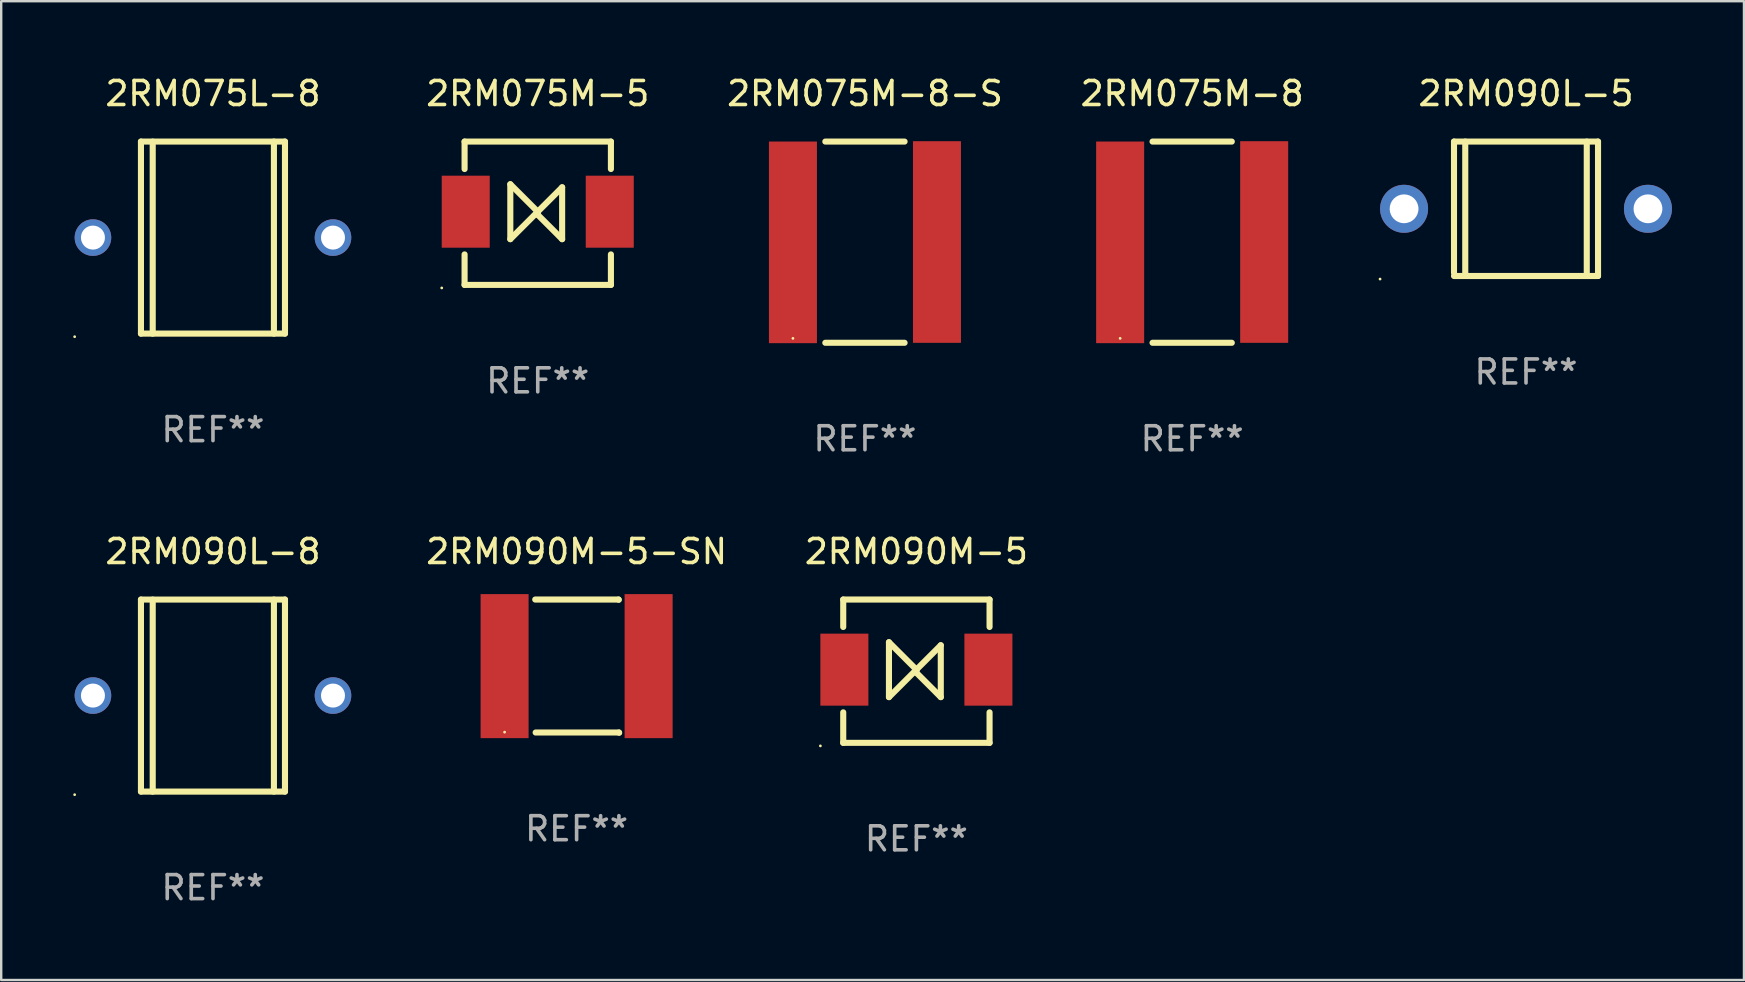
<source format=kicad_pcb>
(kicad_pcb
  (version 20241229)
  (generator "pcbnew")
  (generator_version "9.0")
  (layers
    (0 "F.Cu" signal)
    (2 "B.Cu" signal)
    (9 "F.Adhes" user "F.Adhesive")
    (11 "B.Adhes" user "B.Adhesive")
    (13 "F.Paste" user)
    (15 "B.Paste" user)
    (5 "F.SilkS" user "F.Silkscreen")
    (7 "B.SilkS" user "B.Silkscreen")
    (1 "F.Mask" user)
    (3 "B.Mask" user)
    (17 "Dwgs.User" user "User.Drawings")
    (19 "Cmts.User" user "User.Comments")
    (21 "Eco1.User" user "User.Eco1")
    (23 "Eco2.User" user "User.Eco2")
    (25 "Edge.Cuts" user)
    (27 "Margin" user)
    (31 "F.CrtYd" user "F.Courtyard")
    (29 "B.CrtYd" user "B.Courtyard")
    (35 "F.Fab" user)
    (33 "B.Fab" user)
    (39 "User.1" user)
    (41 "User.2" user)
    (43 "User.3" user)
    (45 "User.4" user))
  (footprint "2RM075M-5"
    (layer "F.Cu")
    (at 19.352 5.833)
    (property "Reference" "2RM075M-5" (at 0 -4.985 0) (layer "F.SilkS") (effects (font (size 1 1) (thickness 0.15))))
    (attr through_hole)
    (fp_line (start -3.048 -2.985) (end 3.048 -2.985) (stroke (width 0.254) (type solid)) (layer "F.SilkS"))
    (fp_line (start -3.048 -1.842) (end -3.048 -2.985) (stroke (width 0.254) (type solid)) (layer "F.SilkS"))
    (fp_line (start -3.048 1.715) (end -3.048 2.985) (stroke (width 0.254) (type solid)) (layer "F.SilkS"))
    (fp_line (start -3.048 2.985) (end 3.048 2.985) (stroke (width 0.254) (type solid)) (layer "F.SilkS"))
    (fp_line (start -1.143 1.08) (end -1.143 -1.207) (stroke (width 0.254) (type solid)) (layer "F.SilkS"))
    (fp_line (start 0 -0.064) (end -1.143 -1.207) (stroke (width 0.254) (type solid)) (layer "F.SilkS"))
    (fp_line (start 0 -0.064) (end -1.143 1.08) (stroke (width 0.254) (type solid)) (layer "F.SilkS"))
    (fp_line (start 0 -0.064) (end 0 0.064) (stroke (width 0.254) (type solid)) (layer "F.SilkS"))
    (fp_line (start 0 -0.064) (end 1.016 -1.08) (stroke (width 0.254) (type solid)) (layer "F.SilkS"))
    (fp_line (start 0 0.064) (end 1.016 1.08) (stroke (width 0.254) (type solid)) (layer "F.SilkS"))
    (fp_line (start 1.016 1.08) (end 1.016 -1.08) (stroke (width 0.254) (type solid)) (layer "F.SilkS"))
    (fp_line (start 3.048 -2.985) (end 3.048 -1.842) (stroke (width 0.254) (type solid)) (layer "F.SilkS"))
    (fp_line (start 3.048 2.985) (end 3.048 1.715) (stroke (width 0.254) (type solid)) (layer "F.SilkS"))
    (fp_circle (center -4 3.112) (end -3.97 3.112) (stroke (width 0.06) (type solid)) (fill no) (layer "F.SilkS"))
    (fp_text user "REF**" (at 0 6.985 0) (layer "F.Fab") (effects (font (size 1 1) (thickness 0.15))))
    (pad "1" smd rect (at -3 -0.064) (size 2 3) (layers "F.Cu" "F.Mask" "F.Paste"))
    (pad "2" smd rect (at 3 -0.064) (size 2 3) (layers "F.Cu" "F.Mask" "F.Paste")))
  (footprint "2RM075M-8"
    (layer "F.Cu")
    (at 46.614 7.039)
    (property "Reference" "2RM075M-8" (at 0 -6.191 0) (layer "F.SilkS") (effects (font (size 1 1) (thickness 0.15))))
    (attr through_hole)
    (fp_line (start -1.651 -4.191) (end 1.651 -4.191) (stroke (width 0.254) (type solid)) (layer "F.SilkS"))
    (fp_line (start 1.651 4.191) (end -1.651 4.191) (stroke (width 0.254) (type solid)) (layer "F.SilkS"))
    (fp_circle (center -3 4.007) (end -2.97 4.007) (stroke (width 0.06) (type solid)) (fill no) (layer "F.SilkS"))
    (fp_text user "REF**" (at 0 8.191 0) (layer "F.Fab") (effects (font (size 1 1) (thickness 0.15))))
    (pad "1" smd rect (at -3 0.007) (size 2 8.4) (layers "F.Cu" "F.Mask" "F.Paste"))
    (pad "2" smd rect (at 3 -0.007) (size 2 8.4) (layers "F.Cu" "F.Mask" "F.Paste")))
  (footprint "2RM090L-5"
    (layer "F.Cu")
    (at 60.522 5.648)
    (property "Reference" "2RM090L-5" (at 0 -4.8 0) (layer "F.SilkS") (effects (font (size 1 1) (thickness 0.15))))
    (attr through_hole)
    (fp_line (start -3 -2.8) (end -3 2.667) (stroke (width 0.254) (type solid)) (layer "F.SilkS"))
    (fp_line (start -3 -2.8) (end 3 -2.8) (stroke (width 0.254) (type solid)) (layer "F.SilkS"))
    (fp_line (start -3 2.8) (end 3 2.8) (stroke (width 0.254) (type solid)) (layer "F.SilkS"))
    (fp_line (start -2.531 -2.8) (end -2.531 2.8) (stroke (width 0.254) (type solid)) (layer "F.SilkS"))
    (fp_line (start 2.531 -2.8) (end 2.531 2.8) (stroke (width 0.254) (type solid)) (layer "F.SilkS"))
    (fp_line (start 3 -2.8) (end 3 2.8) (stroke (width 0.254) (type solid)) (layer "F.SilkS"))
    (fp_circle (center -6.08 2.927) (end -6.05 2.927) (stroke (width 0.06) (type solid)) (fill no) (layer "F.SilkS"))
    (fp_text user "REF**" (at 0 6.8 0) (layer "F.Fab") (effects (font (size 1 1) (thickness 0.15))))
    (pad "1" thru_hole circle (at -5.08 0) (size 2 2) (drill 1.2) (layers "*.Cu" "*.Mask"))
    (pad "2" thru_hole circle (at 5.08 0) (size 2 2) (drill 1.2) (layers "*.Cu" "*.Mask")))
  (footprint "2RM090M-5-SN"
    (layer "F.Cu")
    (at 20.971 24.701)
    (property "Reference" "2RM090M-5-SN" (at 0 -4.775 0) (layer "F.SilkS") (effects (font (size 1 1) (thickness 0.15))))
    (attr through_hole)
    (fp_line (start -1.724 -2.775) (end 1.747 -2.775) (stroke (width 0.254) (type solid)) (layer "F.SilkS"))
    (fp_line (start -1.707 2.765) (end 1.764 2.765) (stroke (width 0.254) (type solid)) (layer "F.SilkS"))
    (fp_line (start 1.747 -2.775) (end 1.757 -2.765) (stroke (width 0.254) (type solid)) (layer "F.SilkS"))
    (fp_line (start 1.764 2.765) (end 1.773 2.775) (stroke (width 0.254) (type solid)) (layer "F.SilkS"))
    (fp_circle (center -3 2.749) (end -2.97 2.749) (stroke (width 0.06) (type solid)) (fill no) (layer "F.SilkS"))
    (fp_text user "REF**" (at 0 6.775 0) (layer "F.Fab") (effects (font (size 1 1) (thickness 0.15))))
    (pad "1" smd rect (at -3 -0.001) (size 2 6) (layers "F.Cu" "F.Mask" "F.Paste"))
    (pad "2" smd rect (at 3 -0.001) (size 2 6) (layers "F.Cu" "F.Mask" "F.Paste")))
  (footprint "2RM090L-8"
    (layer "F.Cu")
    (at 5.822 25.928)
    (property "Reference" "2RM090L-8" (at 0 -6.001 0) (layer "F.SilkS") (effects (font (size 1 1) (thickness 0.15))))
    (attr through_hole)
    (fp_line (start -3 -4.001) (end -3 3.999) (stroke (width 0.254) (type solid)) (layer "F.SilkS"))
    (fp_line (start -3 -4.001) (end 3 -4.001) (stroke (width 0.254) (type solid)) (layer "F.SilkS"))
    (fp_line (start -2.51 4.001) (end -2.51 -3.999) (stroke (width 0.254) (type solid)) (layer "F.SilkS"))
    (fp_line (start 2.539 3.999) (end 2.539 -4.001) (stroke (width 0.254) (type solid)) (layer "F.SilkS"))
    (fp_line (start 3 3.999) (end -3 3.999) (stroke (width 0.254) (type solid)) (layer "F.SilkS"))
    (fp_line (start 3 3.999) (end 3 -4.001) (stroke (width 0.254) (type solid)) (layer "F.SilkS"))
    (fp_circle (center -5.762 4.128) (end -5.732 4.128) (stroke (width 0.06) (type solid)) (fill no) (layer "F.SilkS"))
    (fp_text user "REF**" (at 0 8.001 0) (layer "F.Fab") (effects (font (size 1 1) (thickness 0.15))))
    (pad "1" thru_hole circle (at -5 -0.001) (size 1.524 1.524) (drill 1) (layers "*.Cu" "*.Mask"))
    (pad "2" thru_hole circle (at 5 -0.001) (size 1.524 1.524) (drill 1) (layers "*.Cu" "*.Mask")))
  (footprint "2RM090M-5"
    (layer "F.Cu")
    (at 35.126 24.911)
    (property "Reference" "2RM090M-5" (at 0 -4.985 0) (layer "F.SilkS") (effects (font (size 1 1) (thickness 0.15))))
    (attr through_hole)
    (fp_line (start -3.048 -2.985) (end 3.048 -2.985) (stroke (width 0.254) (type solid)) (layer "F.SilkS"))
    (fp_line (start -3.048 -1.842) (end -3.048 -2.985) (stroke (width 0.254) (type solid)) (layer "F.SilkS"))
    (fp_line (start -3.048 1.715) (end -3.048 2.985) (stroke (width 0.254) (type solid)) (layer "F.SilkS"))
    (fp_line (start -3.048 2.985) (end 3.048 2.985) (stroke (width 0.254) (type solid)) (layer "F.SilkS"))
    (fp_line (start -1.143 1.08) (end -1.143 -1.207) (stroke (width 0.254) (type solid)) (layer "F.SilkS"))
    (fp_line (start 0 -0.064) (end -1.143 -1.207) (stroke (width 0.254) (type solid)) (layer "F.SilkS"))
    (fp_line (start 0 -0.064) (end -1.143 1.08) (stroke (width 0.254) (type solid)) (layer "F.SilkS"))
    (fp_line (start 0 -0.064) (end 0 0.064) (stroke (width 0.254) (type solid)) (layer "F.SilkS"))
    (fp_line (start 0 -0.064) (end 1.016 -1.08) (stroke (width 0.254) (type solid)) (layer "F.SilkS"))
    (fp_line (start 0 0.064) (end 1.016 1.08) (stroke (width 0.254) (type solid)) (layer "F.SilkS"))
    (fp_line (start 1.016 1.08) (end 1.016 -1.08) (stroke (width 0.254) (type solid)) (layer "F.SilkS"))
    (fp_line (start 3.048 -2.985) (end 3.048 -1.842) (stroke (width 0.254) (type solid)) (layer "F.SilkS"))
    (fp_line (start 3.048 2.985) (end 3.048 1.715) (stroke (width 0.254) (type solid)) (layer "F.SilkS"))
    (fp_circle (center -4 3.112) (end -3.97 3.112) (stroke (width 0.06) (type solid)) (fill no) (layer "F.SilkS"))
    (fp_text user "REF**" (at 0 6.985 0) (layer "F.Fab") (effects (font (size 1 1) (thickness 0.15))))
    (pad "1" smd rect (at -3 -0.064) (size 2 3) (layers "F.Cu" "F.Mask" "F.Paste"))
    (pad "2" smd rect (at 3 -0.064) (size 2 3) (layers "F.Cu" "F.Mask" "F.Paste")))
  (footprint "2RM075L-8"
    (layer "F.Cu")
    (at 5.822 6.849)
    (property "Reference" "2RM075L-8" (at 0 -6.001 0) (layer "F.SilkS") (effects (font (size 1 1) (thickness 0.15))))
    (attr through_hole)
    (fp_line (start -3 -4.001) (end -3 3.999) (stroke (width 0.254) (type solid)) (layer "F.SilkS"))
    (fp_line (start -3 -4.001) (end 3 -4.001) (stroke (width 0.254) (type solid)) (layer "F.SilkS"))
    (fp_line (start -2.51 4.001) (end -2.51 -3.999) (stroke (width 0.254) (type solid)) (layer "F.SilkS"))
    (fp_line (start 2.539 3.999) (end 2.539 -4.001) (stroke (width 0.254) (type solid)) (layer "F.SilkS"))
    (fp_line (start 3 3.999) (end -3 3.999) (stroke (width 0.254) (type solid)) (layer "F.SilkS"))
    (fp_line (start 3 3.999) (end 3 -4.001) (stroke (width 0.254) (type solid)) (layer "F.SilkS"))
    (fp_circle (center -5.762 4.128) (end -5.732 4.128) (stroke (width 0.06) (type solid)) (fill no) (layer "F.SilkS"))
    (fp_text user "REF**" (at 0 8.001 0) (layer "F.Fab") (effects (font (size 1 1) (thickness 0.15))))
    (pad "1" thru_hole circle (at -5 -0.001) (size 1.524 1.524) (drill 1) (layers "*.Cu" "*.Mask"))
    (pad "2" thru_hole circle (at 5 -0.001) (size 1.524 1.524) (drill 1) (layers "*.Cu" "*.Mask")))
  (footprint "2RM075M-8-S"
    (layer "F.Cu")
    (at 32.983 7.039)
    (property "Reference" "2RM075M-8-S" (at 0 -6.191 0) (layer "F.SilkS") (effects (font (size 1 1) (thickness 0.15))))
    (attr through_hole)
    (fp_line (start -1.651 -4.191) (end 1.651 -4.191) (stroke (width 0.254) (type solid)) (layer "F.SilkS"))
    (fp_line (start 1.651 4.191) (end -1.651 4.191) (stroke (width 0.254) (type solid)) (layer "F.SilkS"))
    (fp_circle (center -3 4.007) (end -2.97 4.007) (stroke (width 0.06) (type solid)) (fill no) (layer "F.SilkS"))
    (fp_text user "REF**" (at 0 8.191 0) (layer "F.Fab") (effects (font (size 1 1) (thickness 0.15))))
    (pad "1" smd rect (at -3 0.007) (size 2 8.4) (layers "F.Cu" "F.Mask" "F.Paste"))
    (pad "2" smd rect (at 3 -0.007) (size 2 8.4) (layers "F.Cu" "F.Mask" "F.Paste")))
  (gr_rect
    (start -3 -3)
    (end 69.602 37.777)
    (stroke (width 0.1) (type default))
    (fill no)
    (layer "Edge.Cuts")))
</source>
